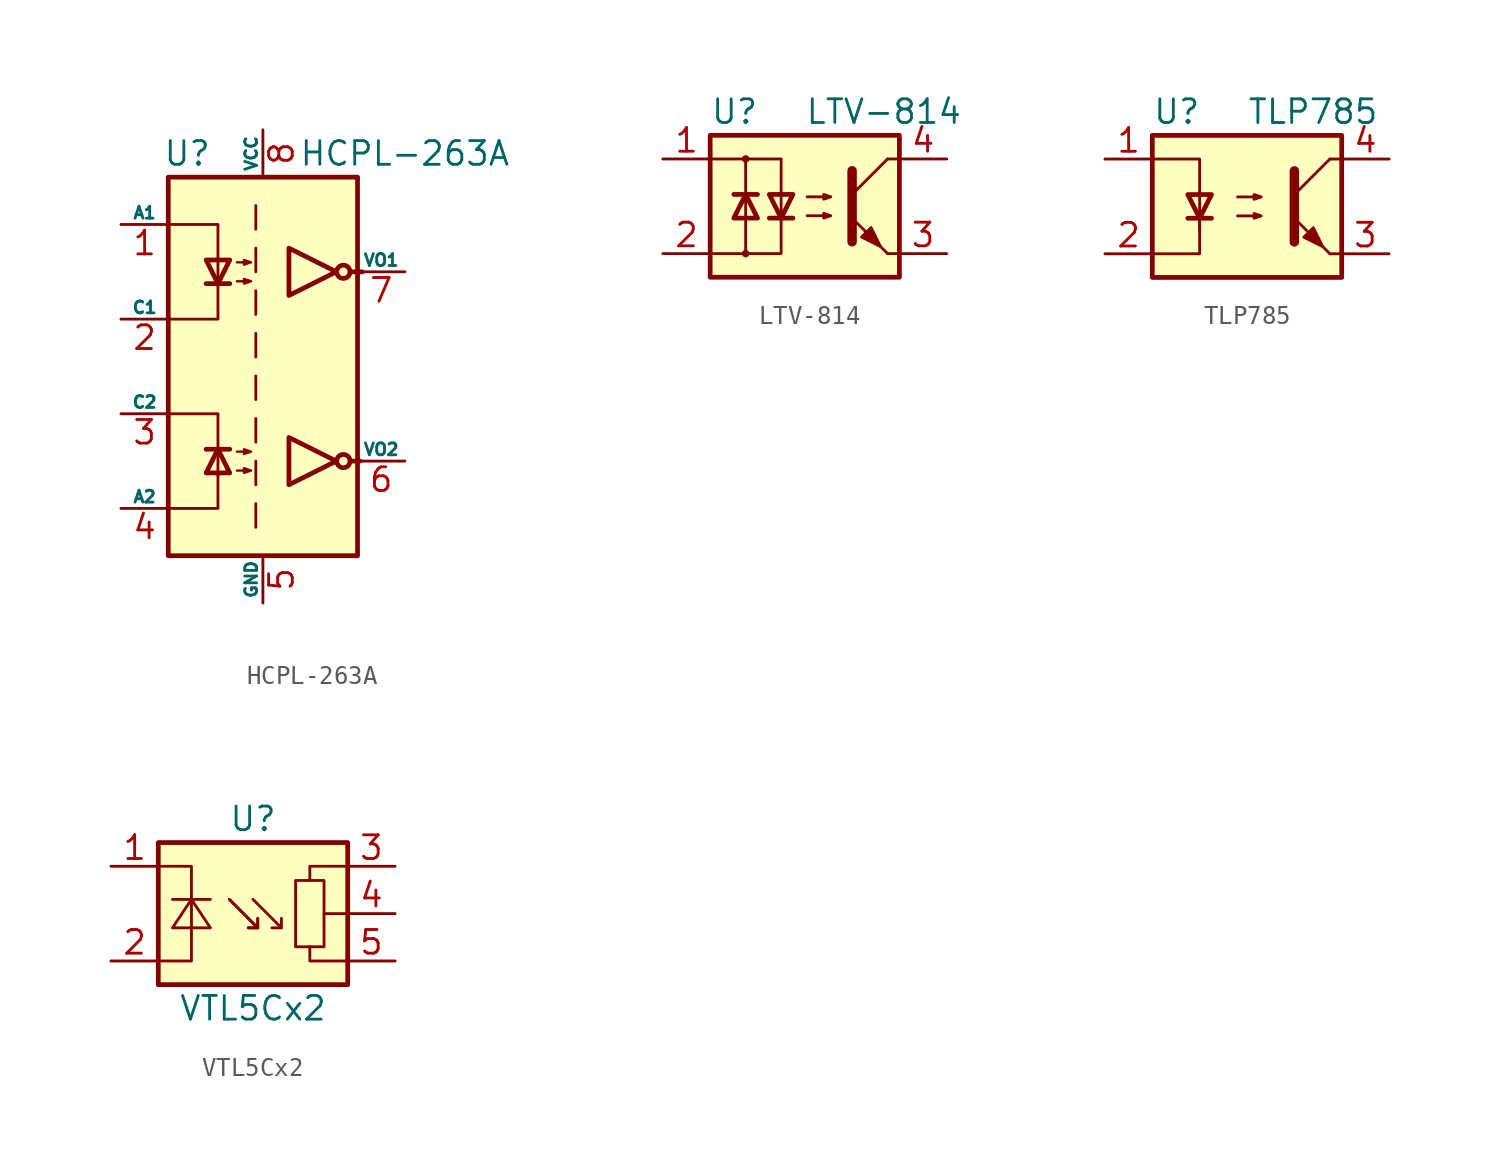
<source format=kicad_sym>
(kicad_symbol_lib
  (version 20201005)
  (generator kicad_symbol_editor)
  (symbol "HCPL-263A"
    (pin_names
      (offset 0))
    (property "Reference" "U"
      (at -4.064 11.43 0)
      (effects (font (size 1.27 1.27))))
    (property "Value" "HCPL-263A"
      (at 7.62 11.43 0)
      (effects (font (size 1.27 1.27))))
    (symbol "HCPL-263A_1_1"
      (circle (center 4.318 -5.08) (radius 0.356) (stroke (width 0.254)) (fill (type none)))
      (circle (center 4.318 5.08) (radius 0.356) (stroke (width 0.254)) (fill (type none)))
      (rectangle (start -5.08 10.16) (end 5.08 -10.16) (stroke (width 0.254)) (fill (type background)))
      (polyline (pts (xy -3.048 -4.445) (xy -1.778 -4.445)) (stroke (width 0.254)) (fill (type none)))
      (polyline (pts (xy -3.048 4.445) (xy -1.778 4.445)) (stroke (width 0.254)) (fill (type none)))
      (polyline (pts (xy -0.381 -7.366) (xy -0.381 -8.636)) (stroke (width 0)) (fill (type none)))
      (polyline (pts (xy -0.381 -5.08) (xy -0.381 -6.35)) (stroke (width 0)) (fill (type none)))
      (polyline (pts (xy -0.381 -2.794) (xy -0.381 -4.064)) (stroke (width 0)) (fill (type none)))
      (polyline (pts (xy -0.381 -0.508) (xy -0.381 -1.778)) (stroke (width 0)) (fill (type none)))
      (polyline (pts (xy -0.381 1.778) (xy -0.381 0.508)) (stroke (width 0)) (fill (type none)))
      (polyline (pts (xy -0.381 4.064) (xy -0.381 2.794)) (stroke (width 0)) (fill (type none)))
      (polyline (pts (xy -0.381 6.35) (xy -0.381 5.08)) (stroke (width 0)) (fill (type none)))
      (polyline (pts (xy -0.381 8.636) (xy -0.381 7.366)) (stroke (width 0)) (fill (type none)))
      (polyline (pts (xy 4.699 -5.08) (xy 5.207 -5.08)) (stroke (width 0.254)) (fill (type none)))
      (polyline (pts (xy 4.699 5.08) (xy 5.334 5.08)) (stroke (width 0.254)) (fill (type none)))
      (polyline (pts (xy -4.953 -7.62) (xy -2.413 -7.62) (xy -2.413 -5.715)) (stroke (width 0)) (fill (type none)))
      (polyline (pts (xy -4.953 7.62) (xy -2.413 7.62) (xy -2.413 4.318)) (stroke (width 0)) (fill (type none)))
      (polyline (pts (xy -2.413 -5.842) (xy -2.413 -2.54) (xy -4.953 -2.54)) (stroke (width 0)) (fill (type none)))
      (polyline (pts (xy -2.413 4.445) (xy -2.413 2.54) (xy -4.953 2.54)) (stroke (width 0)) (fill (type none)))
      (polyline (pts (xy -2.413 -4.445) (xy -3.048 -5.715) (xy -1.778 -5.715) (xy -2.413 -4.445)) (stroke (width 0.254)) (fill (type none)))
      (polyline (pts (xy -2.413 4.445) (xy -3.048 5.715) (xy -1.778 5.715) (xy -2.413 4.445)) (stroke (width 0.254)) (fill (type none)))
      (polyline (pts (xy 3.937 -5.08) (xy 1.397 -3.81) (xy 1.397 -6.35) (xy 3.937 -5.08)) (stroke (width 0.254)) (fill (type none)))
      (polyline (pts (xy 3.937 5.08) (xy 1.397 6.35) (xy 1.397 3.81) (xy 3.937 5.08)) (stroke (width 0.254)) (fill (type none)))
      (polyline (pts (xy -1.397 -5.588) (xy -0.635 -5.588) (xy -1.016 -5.715) (xy -1.016 -5.461) (xy -0.635 -5.588)) (stroke (width 0.127)) (fill (type none)))
      (polyline (pts (xy -1.397 -4.572) (xy -0.635 -4.572) (xy -1.016 -4.699) (xy -1.016 -4.445) (xy -0.635 -4.572)) (stroke (width 0.127)) (fill (type none)))
      (polyline (pts (xy -1.397 4.572) (xy -0.635 4.572) (xy -1.016 4.445) (xy -1.016 4.699) (xy -0.635 4.572)) (stroke (width 0.127)) (fill (type none)))
      (polyline (pts (xy -1.397 5.588) (xy -0.635 5.588) (xy -1.016 5.461) (xy -1.016 5.715) (xy -0.635 5.588)) (stroke (width 0.127)) (fill (type none)))
      (pin passive line (at -7.62 7.62 0) (length 2.54) (name "A1" (effects (font (size 0.635 0.635)))) (number "1" (effects (font (size 1.27 1.27)))))
      (pin passive line (at -7.62 2.54 0) (length 2.54) (name "C1" (effects (font (size 0.635 0.635)))) (number "2" (effects (font (size 1.27 1.27)))))
      (pin passive line (at -7.62 -2.54 0) (length 2.54) (name "C2" (effects (font (size 0.635 0.635)))) (number "3" (effects (font (size 1.27 1.27)))))
      (pin passive line (at -7.62 -7.62 0) (length 2.54) (name "A2" (effects (font (size 0.635 0.635)))) (number "4" (effects (font (size 1.27 1.27)))))
      (pin power_in line (at 0 -12.7 90) (length 2.54) (name "GND" (effects (font (size 0.635 0.635)))) (number "5" (effects (font (size 1.27 1.27)))))
      (pin open_collector line (at 7.62 -5.08 180) (length 2.54) (name "VO2" (effects (font (size 0.635 0.635)))) (number "6" (effects (font (size 1.27 1.27)))))
      (pin open_collector line (at 7.62 5.08 180) (length 2.54) (name "VO1" (effects (font (size 0.635 0.635)))) (number "7" (effects (font (size 1.27 1.27)))))
      (pin power_in line (at 0 12.7 270) (length 2.54) (name "VCC" (effects (font (size 0.635 0.635)))) (number "8" (effects (font (size 1.27 1.27)))))))
  (symbol "LTV-814"
    (pin_names
      (offset 1.016))
    (property "Reference" "U"
      (at -5.08 5.08 0)
      (effects (font (size 1.27 1.27)) (justify left)))
    (property "Value" "LTV-814"
      (at 0 5.08 0)
      (effects (font (size 1.27 1.27)) (justify left)))
    (symbol "LTV-814_0_1"
      (circle (center -3.175 -2.54) (radius 0.127) (stroke (width 0)) (fill (type none)))
      (circle (center -3.175 2.54) (radius 0.127) (stroke (width 0)) (fill (type none)))
      (rectangle (start -5.08 3.81) (end 5.08 -3.81) (stroke (width 0.254)) (fill (type background)))
      (polyline (pts (xy -3.175 2.54) (xy -3.175 -2.54)) (stroke (width 0)) (fill (type none)))
      (polyline (pts (xy -1.905 -0.635) (xy -0.635 -0.635)) (stroke (width 0.254)) (fill (type none)))
      (polyline (pts (xy 2.54 0.635) (xy 4.445 2.54)) (stroke (width 0)) (fill (type none)))
      (polyline (pts (xy 4.445 -2.54) (xy 5.08 -2.54)) (stroke (width 0)) (fill (type none)))
      (polyline (pts (xy 4.445 2.54) (xy 5.08 2.54)) (stroke (width 0)) (fill (type none)))
      (polyline (pts (xy -5.08 2.54) (xy -1.27 2.54) (xy -1.27 -0.762)) (stroke (width 0)) (fill (type none)))
      (polyline (pts (xy -1.27 -0.635) (xy -1.27 -2.54) (xy -5.08 -2.54)) (stroke (width 0)) (fill (type none)))
      (polyline (pts (xy 2.54 1.905) (xy 2.54 -1.905) (xy 2.54 -1.905)) (stroke (width 0.508)) (fill (type none)))
      (polyline (pts (xy -1.27 -0.635) (xy -1.905 0.635) (xy -0.635 0.635) (xy -1.27 -0.635)) (stroke (width 0.254)) (fill (type none)))
      (polyline (pts (xy 0.127 -0.508) (xy 1.397 -0.508) (xy 1.016 -0.635) (xy 1.016 -0.381) (xy 1.397 -0.508)) (stroke (width 0)) (fill (type none)))
      (polyline (pts (xy 0.127 0.508) (xy 1.397 0.508) (xy 1.016 0.381) (xy 1.016 0.635) (xy 1.397 0.508)) (stroke (width 0)) (fill (type none)))
      (polyline (pts (xy 4.445 -2.54) (xy 2.54 -0.635)) (stroke (width 0)) (fill (type outline)))
      (polyline (pts (xy 3.048 -1.651) (xy 3.556 -1.143) (xy 4.064 -2.159) (xy 3.048 -1.651) (xy 3.048 -1.651)) (stroke (width 0)) (fill (type outline))))
    (symbol "LTV-814_1_1"
      (polyline (pts (xy -3.81 0.635) (xy -2.54 0.635)) (stroke (width 0.254)) (fill (type none)))
      (polyline (pts (xy -3.175 0.635) (xy -3.81 -0.635) (xy -2.54 -0.635) (xy -3.175 0.635)) (stroke (width 0.254)) (fill (type none)))
      (pin passive line (at -7.62 2.54 0) (length 2.54) (name "~" (effects (font (size 1.27 1.27)))) (number "1" (effects (font (size 1.27 1.27)))))
      (pin passive line (at -7.62 -2.54 0) (length 2.54) (name "~" (effects (font (size 1.27 1.27)))) (number "2" (effects (font (size 1.27 1.27)))))
      (pin passive line (at 7.62 -2.54 180) (length 2.54) (name "~" (effects (font (size 1.27 1.27)))) (number "3" (effects (font (size 1.27 1.27)))))
      (pin passive line (at 7.62 2.54 180) (length 2.54) (name "~" (effects (font (size 1.27 1.27)))) (number "4" (effects (font (size 1.27 1.27)))))))
  (symbol "TLP785"
    (pin_names
      (offset 1.016))
    (property "Reference" "U"
      (at -5.08 5.08 0)
      (effects (font (size 1.27 1.27)) (justify left)))
    (property "Value" "TLP785"
      (at 0 5.08 0)
      (effects (font (size 1.27 1.27)) (justify left)))
    (symbol "TLP785_0_1"
      (rectangle (start -5.08 3.81) (end 5.08 -3.81) (stroke (width 0.254)) (fill (type background)))
      (polyline (pts (xy -3.175 -0.635) (xy -1.905 -0.635)) (stroke (width 0.254)) (fill (type none)))
      (polyline (pts (xy 2.54 0.635) (xy 4.445 2.54)) (stroke (width 0)) (fill (type none)))
      (polyline (pts (xy 4.445 -2.54) (xy 5.08 -2.54)) (stroke (width 0)) (fill (type none)))
      (polyline (pts (xy 4.445 2.54) (xy 5.08 2.54)) (stroke (width 0)) (fill (type none)))
      (polyline (pts (xy -2.54 -0.635) (xy -2.54 -2.54) (xy -5.08 -2.54)) (stroke (width 0)) (fill (type none)))
      (polyline (pts (xy 2.54 1.905) (xy 2.54 -1.905) (xy 2.54 -1.905)) (stroke (width 0.508)) (fill (type none)))
      (polyline (pts (xy -5.08 2.54) (xy -2.54 2.54) (xy -2.54 -1.27) (xy -2.54 0.635)) (stroke (width 0)) (fill (type none)))
      (polyline (pts (xy -2.54 -0.635) (xy -3.175 0.635) (xy -1.905 0.635) (xy -2.54 -0.635)) (stroke (width 0.254)) (fill (type none)))
      (polyline (pts (xy -0.508 -0.508) (xy 0.762 -0.508) (xy 0.381 -0.635) (xy 0.381 -0.381) (xy 0.762 -0.508)) (stroke (width 0)) (fill (type none)))
      (polyline (pts (xy -0.508 0.508) (xy 0.762 0.508) (xy 0.381 0.381) (xy 0.381 0.635) (xy 0.762 0.508)) (stroke (width 0)) (fill (type none)))
      (polyline (pts (xy 4.445 -2.54) (xy 2.54 -0.635)) (stroke (width 0)) (fill (type outline)))
      (polyline (pts (xy 3.048 -1.651) (xy 3.556 -1.143) (xy 4.064 -2.159) (xy 3.048 -1.651) (xy 3.048 -1.651)) (stroke (width 0)) (fill (type outline))))
    (symbol "TLP785_1_1"
      (pin passive line (at -7.62 2.54 0) (length 2.54) (name "~" (effects (font (size 1.27 1.27)))) (number "1" (effects (font (size 1.27 1.27)))))
      (pin passive line (at -7.62 -2.54 0) (length 2.54) (name "~" (effects (font (size 1.27 1.27)))) (number "2" (effects (font (size 1.27 1.27)))))
      (pin passive line (at 7.62 -2.54 180) (length 2.54) (name "~" (effects (font (size 1.27 1.27)))) (number "3" (effects (font (size 1.27 1.27)))))
      (pin passive line (at 7.62 2.54 180) (length 2.54) (name "~" (effects (font (size 1.27 1.27)))) (number "4" (effects (font (size 1.27 1.27)))))))
  (symbol "VTL5Cx2"
    (pin_names
      (offset 1.016) hide)
    (property "Reference" "U"
      (at 0 5.08 0)
      (effects (font (size 1.27 1.27))))
    (property "Value" "VTL5Cx2"
      (at 0 -5.08 0)
      (effects (font (size 1.27 1.27))))
    (symbol "VTL5Cx2_0_1"
      (rectangle (start 2.286 1.778) (end 3.81 -1.778) (stroke (width 0)) (fill (type none)))
      (rectangle (start -5.08 3.81) (end 5.08 -3.81) (stroke (width 0.254)) (fill (type background)))
      (polyline (pts (xy -4.318 0.762) (xy -2.286 0.762)) (stroke (width 0)) (fill (type none)))
      (polyline (pts (xy -1.27 0.762) (xy 0.254 -0.762)) (stroke (width 0)) (fill (type none)))
      (polyline (pts (xy -1.27 0.762) (xy 0.254 -0.762)) (stroke (width 0)) (fill (type none)))
      (polyline (pts (xy 0 0.762) (xy 1.524 -0.762)) (stroke (width 0)) (fill (type none)))
      (polyline (pts (xy 5.08 0) (xy 3.81 0)) (stroke (width 0)) (fill (type none)))
      (polyline (pts (xy 0.254 -0.254) (xy 0.254 -0.762) (xy -0.254 -0.762)) (stroke (width 0)) (fill (type none)))
      (polyline (pts (xy 0.254 -0.254) (xy 0.254 -0.762) (xy -0.254 -0.762)) (stroke (width 0)) (fill (type none)))
      (polyline (pts (xy 1.524 -0.254) (xy 1.524 -0.762) (xy 1.016 -0.762)) (stroke (width 0)) (fill (type none)))
      (polyline (pts (xy 3.048 -1.778) (xy 3.048 -2.54) (xy 5.08 -2.54)) (stroke (width 0)) (fill (type none)))
      (polyline (pts (xy 3.048 1.778) (xy 3.048 2.54) (xy 5.08 2.54)) (stroke (width 0)) (fill (type none)))
      (polyline (pts (xy -5.08 -2.54) (xy -3.302 -2.54) (xy -3.302 2.54) (xy -5.08 2.54)) (stroke (width 0)) (fill (type none))))
    (symbol "VTL5Cx2_1_1"
      (polyline (pts (xy -4.318 -0.762) (xy -3.302 0.762) (xy -2.286 -0.762) (xy -4.318 -0.762)) (stroke (width 0)) (fill (type none)))
      (pin passive line (at -7.62 2.54 0) (length 2.54) (name "-" (effects (font (size 1.27 1.27)))) (number "1" (effects (font (size 1.27 1.27)))))
      (pin passive line (at -7.62 -2.54 0) (length 2.54) (name "+" (effects (font (size 1.27 1.27)))) (number "2" (effects (font (size 1.27 1.27)))))
      (pin passive line (at 7.62 2.54 180) (length 2.54) (name "~" (effects (font (size 1.27 1.27)))) (number "3" (effects (font (size 1.27 1.27)))))
      (pin passive line (at 7.62 0 180) (length 2.54) (name "~" (effects (font (size 1.27 1.27)))) (number "4" (effects (font (size 1.27 1.27)))))
      (pin passive line (at 7.62 -2.54 180) (length 2.54) (name "~" (effects (font (size 1.27 1.27)))) (number "5" (effects (font (size 1.27 1.27))))))))
</source>
